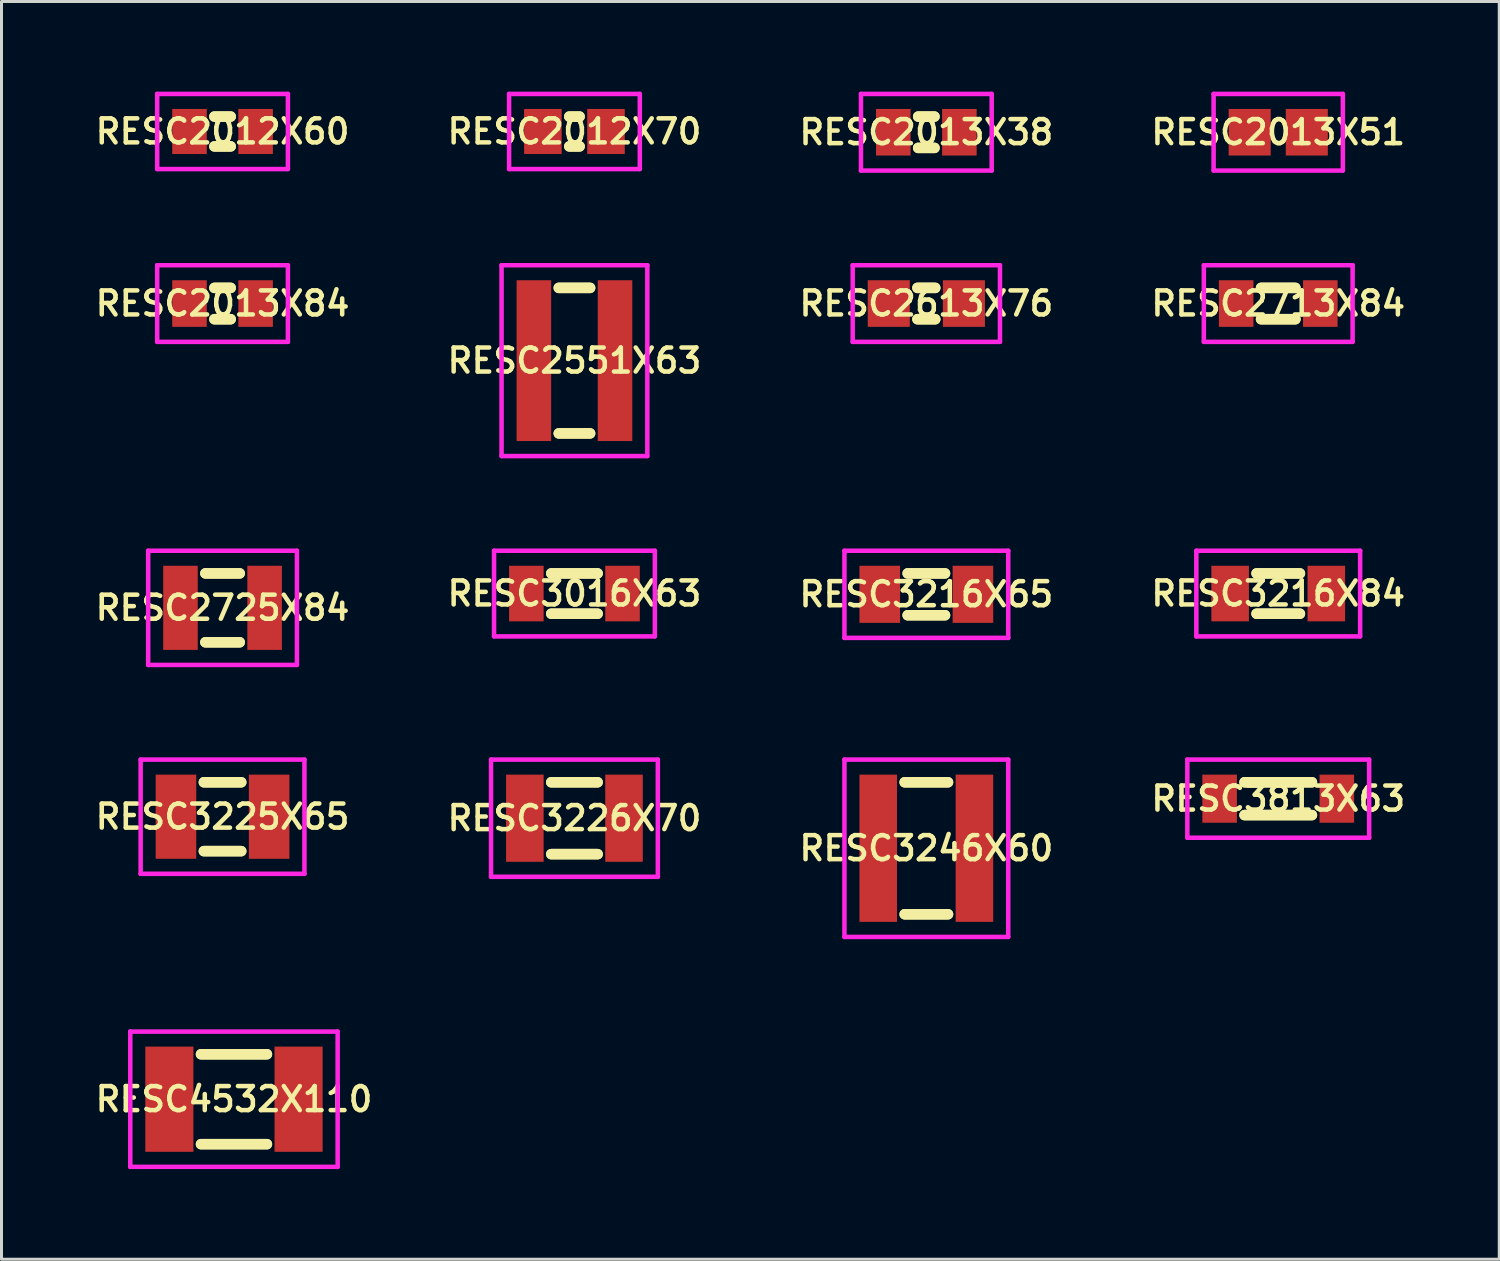
<source format=kicad_pcb>
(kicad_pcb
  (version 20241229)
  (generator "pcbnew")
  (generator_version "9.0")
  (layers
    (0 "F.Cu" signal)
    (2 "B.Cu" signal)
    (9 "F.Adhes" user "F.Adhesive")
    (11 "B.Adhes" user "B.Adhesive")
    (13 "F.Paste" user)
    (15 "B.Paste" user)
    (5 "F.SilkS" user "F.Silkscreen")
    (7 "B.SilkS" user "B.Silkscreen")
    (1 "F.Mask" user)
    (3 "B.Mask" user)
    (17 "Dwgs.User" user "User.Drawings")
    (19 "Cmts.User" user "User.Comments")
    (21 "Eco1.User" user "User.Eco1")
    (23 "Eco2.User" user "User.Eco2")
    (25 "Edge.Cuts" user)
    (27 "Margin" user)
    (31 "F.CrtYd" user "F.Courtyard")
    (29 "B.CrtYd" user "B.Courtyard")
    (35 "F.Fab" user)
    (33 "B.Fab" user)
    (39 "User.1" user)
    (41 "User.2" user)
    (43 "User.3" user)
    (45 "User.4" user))
  (footprint "RESC3216X84"
    (layer "F.Cu")
    (at 39.482 16.7)
    (property "Reference" "RESC3216X84" (at 0 0 0) (layer "F.SilkS") (effects (font (size 0.8 0.8) (thickness 0.15))))
    (attr smd)
    (fp_line (start -0.721 -0.671) (end 0.721 -0.671) (stroke (width 0.35) (type solid)) (layer "F.SilkS"))
    (fp_line (start -0.721 0.671) (end 0.721 0.671) (stroke (width 0.35) (type solid)) (layer "F.SilkS"))
    (fp_line (start 0.721 -0.671) (end -0.721 -0.671) (stroke (width 0.35) (type solid)) (layer "F.SilkS"))
    (fp_line (start 0.721 0.671) (end -0.721 0.671) (stroke (width 0.35) (type solid)) (layer "F.SilkS"))
    (fp_line (start -2.725 -1.425) (end 2.725 -1.425) (stroke (width 0.15) (type solid)) (layer "F.CrtYd"))
    (fp_line (start -2.725 1.425) (end -2.725 -1.425) (stroke (width 0.15) (type solid)) (layer "F.CrtYd"))
    (fp_line (start 2.725 -1.425) (end 2.725 1.425) (stroke (width 0.15) (type solid)) (layer "F.CrtYd"))
    (fp_line (start 2.725 1.425) (end -2.725 1.425) (stroke (width 0.15) (type solid)) (layer "F.CrtYd"))
    (pad "1" smd rect (at -1.6 0) (size 1.25 1.85) (layers "F.Cu" "F.Mask" "F.Paste"))
    (pad "2" smd rect (at 1.6 0) (size 1.25 1.85) (layers "F.Cu" "F.Mask" "F.Paste")))
  (footprint "RESC2012X70"
    (layer "F.Cu")
    (at 16.064 1.325)
    (property "Reference" "RESC2012X70" (at 0 0 0) (layer "F.SilkS") (effects (font (size 0.8 0.8) (thickness 0.15))))
    (attr smd)
    (fp_line (start -0.171 -0.496) (end 0.171 -0.496) (stroke (width 0.35) (type solid)) (layer "F.SilkS"))
    (fp_line (start -0.171 0.496) (end 0.171 0.496) (stroke (width 0.35) (type solid)) (layer "F.SilkS"))
    (fp_line (start 0.171 -0.496) (end -0.171 -0.496) (stroke (width 0.35) (type solid)) (layer "F.SilkS"))
    (fp_line (start 0.171 0.496) (end -0.171 0.496) (stroke (width 0.35) (type solid)) (layer "F.SilkS"))
    (fp_line (start -2.175 -1.25) (end 2.175 -1.25) (stroke (width 0.15) (type solid)) (layer "F.CrtYd"))
    (fp_line (start -2.175 1.25) (end -2.175 -1.25) (stroke (width 0.15) (type solid)) (layer "F.CrtYd"))
    (fp_line (start 2.175 -1.25) (end 2.175 1.25) (stroke (width 0.15) (type solid)) (layer "F.CrtYd"))
    (fp_line (start 2.175 1.25) (end -2.175 1.25) (stroke (width 0.15) (type solid)) (layer "F.CrtYd"))
    (pad "1" smd rect (at -1.05 0) (size 1.25 1.5) (layers "F.Cu" "F.Mask" "F.Paste"))
    (pad "2" smd rect (at 1.05 0) (size 1.25 1.5) (layers "F.Cu" "F.Mask" "F.Paste")))
  (footprint "RESC3016X63"
    (layer "F.Cu")
    (at 16.064 16.7)
    (property "Reference" "RESC3016X63" (at 0 0 0) (layer "F.SilkS") (effects (font (size 0.8 0.8) (thickness 0.15))))
    (attr smd)
    (fp_line (start -0.771 -0.671) (end 0.771 -0.671) (stroke (width 0.35) (type solid)) (layer "F.SilkS"))
    (fp_line (start -0.771 0.671) (end 0.771 0.671) (stroke (width 0.35) (type solid)) (layer "F.SilkS"))
    (fp_line (start 0.771 -0.671) (end -0.771 -0.671) (stroke (width 0.35) (type solid)) (layer "F.SilkS"))
    (fp_line (start 0.771 0.671) (end -0.771 0.671) (stroke (width 0.35) (type solid)) (layer "F.SilkS"))
    (fp_line (start -2.675 -1.425) (end 2.675 -1.425) (stroke (width 0.15) (type solid)) (layer "F.CrtYd"))
    (fp_line (start -2.675 1.425) (end -2.675 -1.425) (stroke (width 0.15) (type solid)) (layer "F.CrtYd"))
    (fp_line (start 2.675 -1.425) (end 2.675 1.425) (stroke (width 0.15) (type solid)) (layer "F.CrtYd"))
    (fp_line (start 2.675 1.425) (end -2.675 1.425) (stroke (width 0.15) (type solid)) (layer "F.CrtYd"))
    (pad "1" smd rect (at -1.6 0) (size 1.15 1.85) (layers "F.Cu" "F.Mask" "F.Paste"))
    (pad "2" smd rect (at 1.6 0) (size 1.15 1.85) (layers "F.Cu" "F.Mask" "F.Paste")))
  (footprint "RESC3246X60"
    (layer "F.Cu")
    (at 27.773 25.175)
    (property "Reference" "RESC3246X60" (at 0 0 0) (layer "F.SilkS") (effects (font (size 0.8 0.8) (thickness 0.15))))
    (attr smd)
    (fp_line (start -0.721 -2.196) (end 0.721 -2.196) (stroke (width 0.35) (type solid)) (layer "F.SilkS"))
    (fp_line (start -0.721 2.196) (end 0.721 2.196) (stroke (width 0.35) (type solid)) (layer "F.SilkS"))
    (fp_line (start 0.721 -2.196) (end -0.721 -2.196) (stroke (width 0.35) (type solid)) (layer "F.SilkS"))
    (fp_line (start 0.721 2.196) (end -0.721 2.196) (stroke (width 0.35) (type solid)) (layer "F.SilkS"))
    (fp_line (start -2.725 -2.95) (end 2.725 -2.95) (stroke (width 0.15) (type solid)) (layer "F.CrtYd"))
    (fp_line (start -2.725 2.95) (end -2.725 -2.95) (stroke (width 0.15) (type solid)) (layer "F.CrtYd"))
    (fp_line (start 2.725 -2.95) (end 2.725 2.95) (stroke (width 0.15) (type solid)) (layer "F.CrtYd"))
    (fp_line (start 2.725 2.95) (end -2.725 2.95) (stroke (width 0.15) (type solid)) (layer "F.CrtYd"))
    (pad "1" smd rect (at -1.6 0) (size 1.25 4.9) (layers "F.Cu" "F.Mask" "F.Paste"))
    (pad "2" smd rect (at 1.6 0) (size 1.25 4.9) (layers "F.Cu" "F.Mask" "F.Paste")))
  (footprint "RESC4532X110"
    (layer "F.Cu")
    (at 4.735 33.525)
    (property "Reference" "RESC4532X110" (at 0 0 0) (layer "F.SilkS") (effects (font (size 0.8 0.8) (thickness 0.15))))
    (attr smd)
    (fp_line (start -1.096 -1.496) (end 1.096 -1.496) (stroke (width 0.35) (type solid)) (layer "F.SilkS"))
    (fp_line (start -1.096 1.496) (end 1.096 1.496) (stroke (width 0.35) (type solid)) (layer "F.SilkS"))
    (fp_line (start 1.096 -1.496) (end -1.096 -1.496) (stroke (width 0.35) (type solid)) (layer "F.SilkS"))
    (fp_line (start 1.096 1.496) (end -1.096 1.496) (stroke (width 0.35) (type solid)) (layer "F.SilkS"))
    (fp_line (start -3.45 -2.25) (end 3.45 -2.25) (stroke (width 0.15) (type solid)) (layer "F.CrtYd"))
    (fp_line (start -3.45 2.25) (end -3.45 -2.25) (stroke (width 0.15) (type solid)) (layer "F.CrtYd"))
    (fp_line (start 3.45 -2.25) (end 3.45 2.25) (stroke (width 0.15) (type solid)) (layer "F.CrtYd"))
    (fp_line (start 3.45 2.25) (end -3.45 2.25) (stroke (width 0.15) (type solid)) (layer "F.CrtYd"))
    (pad "1" smd rect (at -2.15 0) (size 1.6 3.5) (layers "F.Cu" "F.Mask" "F.Paste"))
    (pad "2" smd rect (at 2.15 0) (size 1.6 3.5) (layers "F.Cu" "F.Mask" "F.Paste")))
  (footprint "RESC2725X84"
    (layer "F.Cu")
    (at 4.355 17.175)
    (property "Reference" "RESC2725X84" (at 0 0 0) (layer "F.SilkS") (effects (font (size 0.8 0.8) (thickness 0.15))))
    (attr smd)
    (fp_line (start -0.571 -1.146) (end 0.571 -1.146) (stroke (width 0.35) (type solid)) (layer "F.SilkS"))
    (fp_line (start -0.571 1.146) (end 0.571 1.146) (stroke (width 0.35) (type solid)) (layer "F.SilkS"))
    (fp_line (start 0.571 -1.146) (end -0.571 -1.146) (stroke (width 0.35) (type solid)) (layer "F.SilkS"))
    (fp_line (start 0.571 1.146) (end -0.571 1.146) (stroke (width 0.35) (type solid)) (layer "F.SilkS"))
    (fp_line (start -2.475 -1.9) (end 2.475 -1.9) (stroke (width 0.15) (type solid)) (layer "F.CrtYd"))
    (fp_line (start -2.475 1.9) (end -2.475 -1.9) (stroke (width 0.15) (type solid)) (layer "F.CrtYd"))
    (fp_line (start 2.475 -1.9) (end 2.475 1.9) (stroke (width 0.15) (type solid)) (layer "F.CrtYd"))
    (fp_line (start 2.475 1.9) (end -2.475 1.9) (stroke (width 0.15) (type solid)) (layer "F.CrtYd"))
    (pad "1" smd rect (at -1.4 0) (size 1.15 2.8) (layers "F.Cu" "F.Mask" "F.Paste"))
    (pad "2" smd rect (at 1.4 0) (size 1.15 2.8) (layers "F.Cu" "F.Mask" "F.Paste")))
  (footprint "RESC3216X65"
    (layer "F.Cu")
    (at 27.773 16.725)
    (property "Reference" "RESC3216X65" (at 0 0 0) (layer "F.SilkS") (effects (font (size 0.8 0.8) (thickness 0.15))))
    (attr smd)
    (fp_line (start -0.621 -0.696) (end 0.621 -0.696) (stroke (width 0.35) (type solid)) (layer "F.SilkS"))
    (fp_line (start -0.621 0.696) (end 0.621 0.696) (stroke (width 0.35) (type solid)) (layer "F.SilkS"))
    (fp_line (start 0.621 -0.696) (end -0.621 -0.696) (stroke (width 0.35) (type solid)) (layer "F.SilkS"))
    (fp_line (start 0.621 0.696) (end -0.621 0.696) (stroke (width 0.35) (type solid)) (layer "F.SilkS"))
    (fp_line (start -2.725 -1.45) (end 2.725 -1.45) (stroke (width 0.15) (type solid)) (layer "F.CrtYd"))
    (fp_line (start -2.725 1.45) (end -2.725 -1.45) (stroke (width 0.15) (type solid)) (layer "F.CrtYd"))
    (fp_line (start 2.725 -1.45) (end 2.725 1.45) (stroke (width 0.15) (type solid)) (layer "F.CrtYd"))
    (fp_line (start 2.725 1.45) (end -2.725 1.45) (stroke (width 0.15) (type solid)) (layer "F.CrtYd"))
    (pad "1" smd rect (at -1.55 0) (size 1.35 1.9) (layers "F.Cu" "F.Mask" "F.Paste"))
    (pad "2" smd rect (at 1.55 0) (size 1.35 1.9) (layers "F.Cu" "F.Mask" "F.Paste")))
  (footprint "RESC2713X84"
    (layer "F.Cu")
    (at 39.482 7.05)
    (property "Reference" "RESC2713X84" (at 0 0 0) (layer "F.SilkS") (effects (font (size 0.8 0.8) (thickness 0.15))))
    (attr smd)
    (fp_line (start -0.571 -0.521) (end 0.571 -0.521) (stroke (width 0.35) (type solid)) (layer "F.SilkS"))
    (fp_line (start -0.571 0.521) (end 0.571 0.521) (stroke (width 0.35) (type solid)) (layer "F.SilkS"))
    (fp_line (start 0.571 -0.521) (end -0.571 -0.521) (stroke (width 0.35) (type solid)) (layer "F.SilkS"))
    (fp_line (start 0.571 0.521) (end -0.571 0.521) (stroke (width 0.35) (type solid)) (layer "F.SilkS"))
    (fp_line (start -2.475 -1.275) (end 2.475 -1.275) (stroke (width 0.15) (type solid)) (layer "F.CrtYd"))
    (fp_line (start -2.475 1.275) (end -2.475 -1.275) (stroke (width 0.15) (type solid)) (layer "F.CrtYd"))
    (fp_line (start 2.475 -1.275) (end 2.475 1.275) (stroke (width 0.15) (type solid)) (layer "F.CrtYd"))
    (fp_line (start 2.475 1.275) (end -2.475 1.275) (stroke (width 0.15) (type solid)) (layer "F.CrtYd"))
    (pad "1" smd rect (at -1.4 0) (size 1.15 1.55) (layers "F.Cu" "F.Mask" "F.Paste"))
    (pad "2" smd rect (at 1.4 0) (size 1.15 1.55) (layers "F.Cu" "F.Mask" "F.Paste")))
  (footprint "RESC3225X65"
    (layer "F.Cu")
    (at 4.355 24.125)
    (property "Reference" "RESC3225X65" (at 0 0 0) (layer "F.SilkS") (effects (font (size 0.8 0.8) (thickness 0.15))))
    (attr smd)
    (fp_line (start -0.621 -1.146) (end 0.621 -1.146) (stroke (width 0.35) (type solid)) (layer "F.SilkS"))
    (fp_line (start -0.621 1.146) (end 0.621 1.146) (stroke (width 0.35) (type solid)) (layer "F.SilkS"))
    (fp_line (start 0.621 -1.146) (end -0.621 -1.146) (stroke (width 0.35) (type solid)) (layer "F.SilkS"))
    (fp_line (start 0.621 1.146) (end -0.621 1.146) (stroke (width 0.35) (type solid)) (layer "F.SilkS"))
    (fp_line (start -2.725 -1.9) (end 2.725 -1.9) (stroke (width 0.15) (type solid)) (layer "F.CrtYd"))
    (fp_line (start -2.725 1.9) (end -2.725 -1.9) (stroke (width 0.15) (type solid)) (layer "F.CrtYd"))
    (fp_line (start 2.725 -1.9) (end 2.725 1.9) (stroke (width 0.15) (type solid)) (layer "F.CrtYd"))
    (fp_line (start 2.725 1.9) (end -2.725 1.9) (stroke (width 0.15) (type solid)) (layer "F.CrtYd"))
    (pad "1" smd rect (at -1.55 0) (size 1.35 2.8) (layers "F.Cu" "F.Mask" "F.Paste"))
    (pad "2" smd rect (at 1.55 0) (size 1.35 2.8) (layers "F.Cu" "F.Mask" "F.Paste")))
  (footprint "RESC3813X63"
    (layer "F.Cu")
    (at 39.482 23.525)
    (property "Reference" "RESC3813X63" (at 0 0 0) (layer "F.SilkS") (effects (font (size 0.8 0.8) (thickness 0.15))))
    (attr smd)
    (fp_line (start -1.121 -0.546) (end 1.121 -0.546) (stroke (width 0.35) (type solid)) (layer "F.SilkS"))
    (fp_line (start -1.121 0.546) (end 1.121 0.546) (stroke (width 0.35) (type solid)) (layer "F.SilkS"))
    (fp_line (start 1.121 -0.546) (end -1.121 -0.546) (stroke (width 0.35) (type solid)) (layer "F.SilkS"))
    (fp_line (start 1.121 0.546) (end -1.121 0.546) (stroke (width 0.35) (type solid)) (layer "F.SilkS"))
    (fp_line (start -3.025 -1.3) (end 3.025 -1.3) (stroke (width 0.15) (type solid)) (layer "F.CrtYd"))
    (fp_line (start -3.025 1.3) (end -3.025 -1.3) (stroke (width 0.15) (type solid)) (layer "F.CrtYd"))
    (fp_line (start 3.025 -1.3) (end 3.025 1.3) (stroke (width 0.15) (type solid)) (layer "F.CrtYd"))
    (fp_line (start 3.025 1.3) (end -3.025 1.3) (stroke (width 0.15) (type solid)) (layer "F.CrtYd"))
    (pad "1" smd rect (at -1.95 0) (size 1.15 1.6) (layers "F.Cu" "F.Mask" "F.Paste"))
    (pad "2" smd rect (at 1.95 0) (size 1.15 1.6) (layers "F.Cu" "F.Mask" "F.Paste")))
  (footprint "RESC3226X70"
    (layer "F.Cu")
    (at 16.064 24.175)
    (property "Reference" "RESC3226X70" (at 0 0 0) (layer "F.SilkS") (effects (font (size 0.8 0.8) (thickness 0.15))))
    (attr smd)
    (fp_line (start -0.771 -1.196) (end 0.771 -1.196) (stroke (width 0.35) (type solid)) (layer "F.SilkS"))
    (fp_line (start -0.771 1.196) (end 0.771 1.196) (stroke (width 0.35) (type solid)) (layer "F.SilkS"))
    (fp_line (start 0.771 -1.196) (end -0.771 -1.196) (stroke (width 0.35) (type solid)) (layer "F.SilkS"))
    (fp_line (start 0.771 1.196) (end -0.771 1.196) (stroke (width 0.35) (type solid)) (layer "F.SilkS"))
    (fp_line (start -2.775 -1.95) (end 2.775 -1.95) (stroke (width 0.15) (type solid)) (layer "F.CrtYd"))
    (fp_line (start -2.775 1.95) (end -2.775 -1.95) (stroke (width 0.15) (type solid)) (layer "F.CrtYd"))
    (fp_line (start 2.775 -1.95) (end 2.775 1.95) (stroke (width 0.15) (type solid)) (layer "F.CrtYd"))
    (fp_line (start 2.775 1.95) (end -2.775 1.95) (stroke (width 0.15) (type solid)) (layer "F.CrtYd"))
    (pad "1" smd rect (at -1.65 0) (size 1.25 2.9) (layers "F.Cu" "F.Mask" "F.Paste"))
    (pad "2" smd rect (at 1.65 0) (size 1.25 2.9) (layers "F.Cu" "F.Mask" "F.Paste")))
  (footprint "RESC2012X60"
    (layer "F.Cu")
    (at 4.355 1.325)
    (property "Reference" "RESC2012X60" (at 0 0 0) (layer "F.SilkS") (effects (font (size 0.8 0.8) (thickness 0.15))))
    (attr smd)
    (fp_line (start -0.271 -0.496) (end 0.271 -0.496) (stroke (width 0.35) (type solid)) (layer "F.SilkS"))
    (fp_line (start -0.271 0.496) (end 0.271 0.496) (stroke (width 0.35) (type solid)) (layer "F.SilkS"))
    (fp_line (start 0.271 -0.496) (end -0.271 -0.496) (stroke (width 0.35) (type solid)) (layer "F.SilkS"))
    (fp_line (start 0.271 0.496) (end -0.271 0.496) (stroke (width 0.35) (type solid)) (layer "F.SilkS"))
    (fp_line (start -2.175 -1.25) (end 2.175 -1.25) (stroke (width 0.15) (type solid)) (layer "F.CrtYd"))
    (fp_line (start -2.175 1.25) (end -2.175 -1.25) (stroke (width 0.15) (type solid)) (layer "F.CrtYd"))
    (fp_line (start 2.175 -1.25) (end 2.175 1.25) (stroke (width 0.15) (type solid)) (layer "F.CrtYd"))
    (fp_line (start 2.175 1.25) (end -2.175 1.25) (stroke (width 0.15) (type solid)) (layer "F.CrtYd"))
    (pad "1" smd rect (at -1.1 0) (size 1.15 1.5) (layers "F.Cu" "F.Mask" "F.Paste"))
    (pad "2" smd rect (at 1.1 0) (size 1.15 1.5) (layers "F.Cu" "F.Mask" "F.Paste")))
  (footprint "RESC2613X76"
    (layer "F.Cu")
    (at 27.773 7.05)
    (property "Reference" "RESC2613X76" (at 0 0 0) (layer "F.SilkS") (effects (font (size 0.8 0.8) (thickness 0.15))))
    (attr smd)
    (fp_line (start -0.296 -0.521) (end 0.296 -0.521) (stroke (width 0.35) (type solid)) (layer "F.SilkS"))
    (fp_line (start -0.296 0.521) (end 0.296 0.521) (stroke (width 0.35) (type solid)) (layer "F.SilkS"))
    (fp_line (start 0.296 -0.521) (end -0.296 -0.521) (stroke (width 0.35) (type solid)) (layer "F.SilkS"))
    (fp_line (start 0.296 0.521) (end -0.296 0.521) (stroke (width 0.35) (type solid)) (layer "F.SilkS"))
    (fp_line (start -2.45 -1.275) (end 2.45 -1.275) (stroke (width 0.15) (type solid)) (layer "F.CrtYd"))
    (fp_line (start -2.45 1.275) (end -2.45 -1.275) (stroke (width 0.15) (type solid)) (layer "F.CrtYd"))
    (fp_line (start 2.45 -1.275) (end 2.45 1.275) (stroke (width 0.15) (type solid)) (layer "F.CrtYd"))
    (fp_line (start 2.45 1.275) (end -2.45 1.275) (stroke (width 0.15) (type solid)) (layer "F.CrtYd"))
    (pad "1" smd rect (at -1.25 0) (size 1.4 1.55) (layers "F.Cu" "F.Mask" "F.Paste"))
    (pad "2" smd rect (at 1.25 0) (size 1.4 1.55) (layers "F.Cu" "F.Mask" "F.Paste")))
  (footprint "RESC2551X63"
    (layer "F.Cu")
    (at 16.064 8.95)
    (property "Reference" "RESC2551X63" (at 0 0 0) (layer "F.SilkS") (effects (font (size 0.8 0.8) (thickness 0.15))))
    (attr smd)
    (fp_line (start -0.521 -2.421) (end 0.521 -2.421) (stroke (width 0.35) (type solid)) (layer "F.SilkS"))
    (fp_line (start -0.521 2.421) (end 0.521 2.421) (stroke (width 0.35) (type solid)) (layer "F.SilkS"))
    (fp_line (start 0.521 -2.421) (end -0.521 -2.421) (stroke (width 0.35) (type solid)) (layer "F.SilkS"))
    (fp_line (start 0.521 2.421) (end -0.521 2.421) (stroke (width 0.35) (type solid)) (layer "F.SilkS"))
    (fp_line (start -2.425 -3.175) (end 2.425 -3.175) (stroke (width 0.15) (type solid)) (layer "F.CrtYd"))
    (fp_line (start -2.425 3.175) (end -2.425 -3.175) (stroke (width 0.15) (type solid)) (layer "F.CrtYd"))
    (fp_line (start 2.425 -3.175) (end 2.425 3.175) (stroke (width 0.15) (type solid)) (layer "F.CrtYd"))
    (fp_line (start 2.425 3.175) (end -2.425 3.175) (stroke (width 0.15) (type solid)) (layer "F.CrtYd"))
    (pad "1" smd rect (at -1.35 0) (size 1.15 5.35) (layers "F.Cu" "F.Mask" "F.Paste"))
    (pad "2" smd rect (at 1.35 0) (size 1.15 5.35) (layers "F.Cu" "F.Mask" "F.Paste")))
  (footprint "RESC2013X38"
    (layer "F.Cu")
    (at 27.773 1.35)
    (property "Reference" "RESC2013X38" (at 0 0 0) (layer "F.SilkS") (effects (font (size 0.8 0.8) (thickness 0.15))))
    (attr smd)
    (fp_line (start -0.271 -0.521) (end 0.271 -0.521) (stroke (width 0.35) (type solid)) (layer "F.SilkS"))
    (fp_line (start -0.271 0.521) (end 0.271 0.521) (stroke (width 0.35) (type solid)) (layer "F.SilkS"))
    (fp_line (start 0.271 -0.521) (end -0.271 -0.521) (stroke (width 0.35) (type solid)) (layer "F.SilkS"))
    (fp_line (start 0.271 0.521) (end -0.271 0.521) (stroke (width 0.35) (type solid)) (layer "F.SilkS"))
    (fp_line (start -2.175 -1.275) (end 2.175 -1.275) (stroke (width 0.15) (type solid)) (layer "F.CrtYd"))
    (fp_line (start -2.175 1.275) (end -2.175 -1.275) (stroke (width 0.15) (type solid)) (layer "F.CrtYd"))
    (fp_line (start 2.175 -1.275) (end 2.175 1.275) (stroke (width 0.15) (type solid)) (layer "F.CrtYd"))
    (fp_line (start 2.175 1.275) (end -2.175 1.275) (stroke (width 0.15) (type solid)) (layer "F.CrtYd"))
    (pad "1" smd rect (at -1.1 0) (size 1.15 1.55) (layers "F.Cu" "F.Mask" "F.Paste"))
    (pad "2" smd rect (at 1.1 0) (size 1.15 1.55) (layers "F.Cu" "F.Mask" "F.Paste")))
  (footprint "RESC2013X51"
    (layer "F.Cu")
    (at 39.482 1.35)
    (property "Reference" "RESC2013X51" (at 0 0 0) (layer "F.SilkS") (effects (font (size 0.8 0.8) (thickness 0.15))))
    (attr smd)
    (fp_line (start -2.15 -1.275) (end 2.15 -1.275) (stroke (width 0.15) (type solid)) (layer "F.CrtYd"))
    (fp_line (start -2.15 1.275) (end -2.15 -1.275) (stroke (width 0.15) (type solid)) (layer "F.CrtYd"))
    (fp_line (start 2.15 -1.275) (end 2.15 1.275) (stroke (width 0.15) (type solid)) (layer "F.CrtYd"))
    (fp_line (start 2.15 1.275) (end -2.15 1.275) (stroke (width 0.15) (type solid)) (layer "F.CrtYd"))
    (pad "1" smd rect (at -0.95 0) (size 1.4 1.55) (layers "F.Cu" "F.Mask" "F.Paste"))
    (pad "2" smd rect (at 0.95 0) (size 1.4 1.55) (layers "F.Cu" "F.Mask" "F.Paste")))
  (footprint "RESC2013X84"
    (layer "F.Cu")
    (at 4.355 7.05)
    (property "Reference" "RESC2013X84" (at 0 0 0) (layer "F.SilkS") (effects (font (size 0.8 0.8) (thickness 0.15))))
    (attr smd)
    (fp_line (start -0.271 -0.521) (end 0.271 -0.521) (stroke (width 0.35) (type solid)) (layer "F.SilkS"))
    (fp_line (start -0.271 0.521) (end 0.271 0.521) (stroke (width 0.35) (type solid)) (layer "F.SilkS"))
    (fp_line (start 0.271 -0.521) (end -0.271 -0.521) (stroke (width 0.35) (type solid)) (layer "F.SilkS"))
    (fp_line (start 0.271 0.521) (end -0.271 0.521) (stroke (width 0.35) (type solid)) (layer "F.SilkS"))
    (fp_line (start -2.175 -1.275) (end 2.175 -1.275) (stroke (width 0.15) (type solid)) (layer "F.CrtYd"))
    (fp_line (start -2.175 1.275) (end -2.175 -1.275) (stroke (width 0.15) (type solid)) (layer "F.CrtYd"))
    (fp_line (start 2.175 -1.275) (end 2.175 1.275) (stroke (width 0.15) (type solid)) (layer "F.CrtYd"))
    (fp_line (start 2.175 1.275) (end -2.175 1.275) (stroke (width 0.15) (type solid)) (layer "F.CrtYd"))
    (pad "1" smd rect (at -1.1 0) (size 1.15 1.55) (layers "F.Cu" "F.Mask" "F.Paste"))
    (pad "2" smd rect (at 1.1 0) (size 1.15 1.55) (layers "F.Cu" "F.Mask" "F.Paste")))
  (gr_rect
    (start -3 -3)
    (end 46.836 38.85)
    (stroke (width 0.1) (type default))
    (fill no)
    (layer "Edge.Cuts")))
</source>
